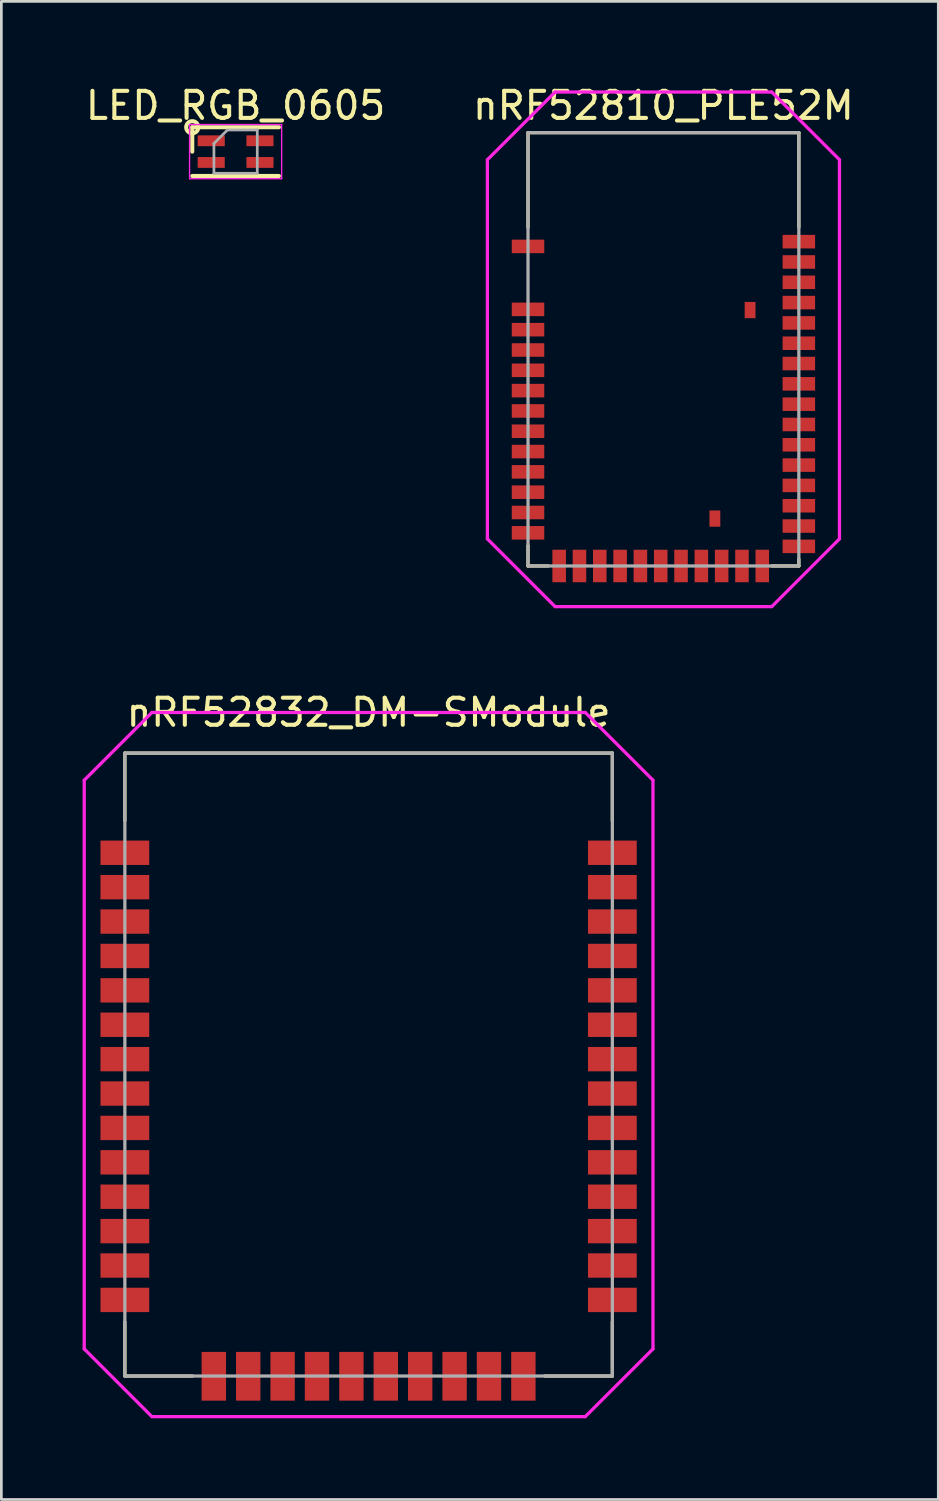
<source format=kicad_pcb>
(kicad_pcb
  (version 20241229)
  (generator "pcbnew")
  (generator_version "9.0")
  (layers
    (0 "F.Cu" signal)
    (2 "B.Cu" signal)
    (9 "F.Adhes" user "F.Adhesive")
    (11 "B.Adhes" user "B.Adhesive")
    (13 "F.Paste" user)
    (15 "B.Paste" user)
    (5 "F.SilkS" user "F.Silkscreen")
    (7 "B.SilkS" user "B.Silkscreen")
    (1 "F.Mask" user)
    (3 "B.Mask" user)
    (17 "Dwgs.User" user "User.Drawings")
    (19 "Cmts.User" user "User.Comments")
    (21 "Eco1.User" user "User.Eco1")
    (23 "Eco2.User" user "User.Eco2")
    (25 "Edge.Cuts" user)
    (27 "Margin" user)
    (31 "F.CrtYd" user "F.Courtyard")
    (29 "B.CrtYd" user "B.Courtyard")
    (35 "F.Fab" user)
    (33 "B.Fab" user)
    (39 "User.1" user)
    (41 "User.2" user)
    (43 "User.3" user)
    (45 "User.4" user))
  (footprint "nRF52832_DM-SModule"
    (layer "F.Cu")
    (at 10.56 36.257)
    (property "Reference" "nRF52832_DM-SModule" (at 0 -13 0) (layer "F.SilkS") (effects (font (size 1 1) (thickness 0.15))))
    (attr through_hole)
    (fp_line (start -9 -11.5) (end 9 -11.5) (stroke (width 0.12) (type solid)) (layer "F.SilkS"))
    (fp_line (start -9 -9) (end -9 -11.5) (stroke (width 0.12) (type solid)) (layer "F.SilkS"))
    (fp_line (start -9 9.5) (end -9 11.5) (stroke (width 0.12) (type solid)) (layer "F.SilkS"))
    (fp_line (start -9 11.5) (end -6.5 11.5) (stroke (width 0.12) (type solid)) (layer "F.SilkS"))
    (fp_line (start 9 -11.5) (end 9 -9) (stroke (width 0.12) (type solid)) (layer "F.SilkS"))
    (fp_line (start 9 9.5) (end 9 11.5) (stroke (width 0.12) (type solid)) (layer "F.SilkS"))
    (fp_line (start 9 11.5) (end 6.5 11.5) (stroke (width 0.12) (type solid)) (layer "F.SilkS"))
    (fp_line (start -10.5 -10.5) (end -8 -13) (stroke (width 0.12) (type solid)) (layer "F.CrtYd"))
    (fp_line (start -10.5 10.5) (end -10.5 -10.5) (stroke (width 0.12) (type solid)) (layer "F.CrtYd"))
    (fp_line (start -10.5 10.5) (end -8 13) (stroke (width 0.12) (type solid)) (layer "F.CrtYd"))
    (fp_line (start 8 -13) (end -8 -13) (stroke (width 0.12) (type solid)) (layer "F.CrtYd"))
    (fp_line (start 8 -13) (end 10.5 -10.5) (stroke (width 0.12) (type solid)) (layer "F.CrtYd"))
    (fp_line (start 8 13) (end -8 13) (stroke (width 0.12) (type solid)) (layer "F.CrtYd"))
    (fp_line (start 10.5 -10.5) (end 10.5 10.5) (stroke (width 0.12) (type solid)) (layer "F.CrtYd"))
    (fp_line (start 10.5 10.5) (end 8 13) (stroke (width 0.12) (type solid)) (layer "F.CrtYd"))
    (fp_line (start -9 -11.5) (end 9 -11.5) (stroke (width 0.12) (type solid)) (layer "F.Fab"))
    (fp_line (start -9 11.5) (end -9 -11.5) (stroke (width 0.12) (type solid)) (layer "F.Fab"))
    (fp_line (start 9 -11.5) (end 9 11.5) (stroke (width 0.12) (type solid)) (layer "F.Fab"))
    (fp_line (start 9 11.5) (end -9 11.5) (stroke (width 0.12) (type solid)) (layer "F.Fab"))
    (pad "1" smd trapezoid (at -9 -7.82) (size 1.8 0.9) (layers "F.Cu" "F.Mask" "F.Paste"))
    (pad "2" smd trapezoid (at -9 -6.55) (size 1.8 0.9) (layers "F.Cu" "F.Mask" "F.Paste"))
    (pad "3" smd trapezoid (at -9 -5.28) (size 1.8 0.9) (layers "F.Cu" "F.Mask" "F.Paste"))
    (pad "4" smd trapezoid (at -9 -4.01) (size 1.8 0.9) (layers "F.Cu" "F.Mask" "F.Paste"))
    (pad "5" smd trapezoid (at -9 -2.74) (size 1.8 0.9) (layers "F.Cu" "F.Mask" "F.Paste"))
    (pad "6" smd trapezoid (at -9 -1.47) (size 1.8 0.9) (layers "F.Cu" "F.Mask" "F.Paste"))
    (pad "7" smd trapezoid (at -9 -0.2) (size 1.8 0.9) (layers "F.Cu" "F.Mask" "F.Paste"))
    (pad "8" smd trapezoid (at -9 1.07) (size 1.8 0.9) (layers "F.Cu" "F.Mask" "F.Paste"))
    (pad "9" smd trapezoid (at -9 2.34) (size 1.8 0.9) (layers "F.Cu" "F.Mask" "F.Paste"))
    (pad "10" smd trapezoid (at -9 3.61) (size 1.8 0.9) (layers "F.Cu" "F.Mask" "F.Paste"))
    (pad "11" smd trapezoid (at -9 4.88) (size 1.8 0.9) (layers "F.Cu" "F.Mask" "F.Paste"))
    (pad "12" smd trapezoid (at -9 6.15) (size 1.8 0.9) (layers "F.Cu" "F.Mask" "F.Paste"))
    (pad "13" smd trapezoid (at -9 7.42) (size 1.8 0.9) (layers "F.Cu" "F.Mask" "F.Paste"))
    (pad "14" smd trapezoid (at -9 8.69) (size 1.8 0.9) (layers "F.Cu" "F.Mask" "F.Paste"))
    (pad "15" smd trapezoid (at -5.715 11.51 90) (size 1.8 0.9) (layers "F.Cu" "F.Mask" "F.Paste"))
    (pad "16" smd trapezoid (at -4.445 11.51 90) (size 1.8 0.9) (layers "F.Cu" "F.Mask" "F.Paste"))
    (pad "17" smd trapezoid (at -3.175 11.51 90) (size 1.8 0.9) (layers "F.Cu" "F.Mask" "F.Paste"))
    (pad "18" smd trapezoid (at -1.905 11.51 90) (size 1.8 0.9) (layers "F.Cu" "F.Mask" "F.Paste"))
    (pad "19" smd trapezoid (at -0.635 11.51 90) (size 1.8 0.9) (layers "F.Cu" "F.Mask" "F.Paste"))
    (pad "20" smd trapezoid (at 0.635 11.51 90) (size 1.8 0.9) (layers "F.Cu" "F.Mask" "F.Paste"))
    (pad "21" smd trapezoid (at 1.905 11.51 90) (size 1.8 0.9) (layers "F.Cu" "F.Mask" "F.Paste"))
    (pad "22" smd trapezoid (at 3.175 11.51 90) (size 1.8 0.9) (layers "F.Cu" "F.Mask" "F.Paste"))
    (pad "23" smd trapezoid (at 4.445 11.51 90) (size 1.8 0.9) (layers "F.Cu" "F.Mask" "F.Paste"))
    (pad "24" smd trapezoid (at 5.715 11.51 90) (size 1.8 0.9) (layers "F.Cu" "F.Mask" "F.Paste"))
    (pad "25" smd trapezoid (at 9 8.69 180) (size 1.8 0.9) (layers "F.Cu" "F.Mask" "F.Paste"))
    (pad "26" smd trapezoid (at 9 7.42 180) (size 1.8 0.9) (layers "F.Cu" "F.Mask" "F.Paste"))
    (pad "27" smd trapezoid (at 9 6.15 180) (size 1.8 0.9) (layers "F.Cu" "F.Mask" "F.Paste"))
    (pad "28" smd trapezoid (at 9 4.88 180) (size 1.8 0.9) (layers "F.Cu" "F.Mask" "F.Paste"))
    (pad "29" smd trapezoid (at 9 3.61 180) (size 1.8 0.9) (layers "F.Cu" "F.Mask" "F.Paste"))
    (pad "30" smd trapezoid (at 9 2.34 180) (size 1.8 0.9) (layers "F.Cu" "F.Mask" "F.Paste"))
    (pad "31" smd trapezoid (at 9 1.07 180) (size 1.8 0.9) (layers "F.Cu" "F.Mask" "F.Paste"))
    (pad "32" smd trapezoid (at 9 -0.2 180) (size 1.8 0.9) (layers "F.Cu" "F.Mask" "F.Paste"))
    (pad "33" smd trapezoid (at 9 -1.47 180) (size 1.8 0.9) (layers "F.Cu" "F.Mask" "F.Paste"))
    (pad "34" smd trapezoid (at 9 -2.74 180) (size 1.8 0.9) (layers "F.Cu" "F.Mask" "F.Paste"))
    (pad "35" smd trapezoid (at 9 -4.01 180) (size 1.8 0.9) (layers "F.Cu" "F.Mask" "F.Paste"))
    (pad "36" smd trapezoid (at 9 -5.28 180) (size 1.8 0.9) (layers "F.Cu" "F.Mask" "F.Paste"))
    (pad "37" smd trapezoid (at 9 -6.55 180) (size 1.8 0.9) (layers "F.Cu" "F.Mask" "F.Paste"))
    (pad "38" smd trapezoid (at 9 -7.82 180) (size 1.8 0.9) (layers "F.Cu" "F.Mask" "F.Paste")))
  (footprint "LED_RGB_0605"
    (layer "F.Cu")
    (at 5.649 2.548)
    (property "Reference" "LED_RGB_0605" (at 0 -1.7 0) (layer "F.SilkS") (effects (font (size 1 1) (thickness 0.15))))
    (attr smd)
    (fp_line (start -1.6 0) (end -1.6 -0.9) (stroke (width 0.15) (type solid)) (layer "F.SilkS"))
    (fp_line (start 1.6 -0.9) (end -1.6 -0.9) (stroke (width 0.15) (type solid)) (layer "F.SilkS"))
    (fp_line (start 1.6 0.9) (end -1.6 0.9) (stroke (width 0.15) (type solid)) (layer "F.SilkS"))
    (fp_circle (center -1.6 -0.9) (end -1.376 -0.9) (stroke (width 0.15) (type solid)) (fill no) (layer "F.SilkS"))
    (fp_line (start -1.7 -1) (end -1.7 1) (stroke (width 0.05) (type solid)) (layer "F.CrtYd"))
    (fp_line (start -1.7 1) (end 1.7 1) (stroke (width 0.05) (type solid)) (layer "F.CrtYd"))
    (fp_line (start 1.7 -1) (end -1.7 -1) (stroke (width 0.05) (type solid)) (layer "F.CrtYd"))
    (fp_line (start 1.7 1) (end 1.7 -1) (stroke (width 0.05) (type solid)) (layer "F.CrtYd"))
    (fp_line (start -0.8 -0.3) (end -0.3 -0.8) (stroke (width 0.1) (type solid)) (layer "F.Fab"))
    (fp_line (start -0.8 0.8) (end -0.8 -0.3) (stroke (width 0.1) (type solid)) (layer "F.Fab"))
    (fp_line (start 0.8 -0.8) (end -0.3 -0.8) (stroke (width 0.1) (type solid)) (layer "F.Fab"))
    (fp_line (start 0.8 -0.8) (end 0.8 0.8) (stroke (width 0.1) (type solid)) (layer "F.Fab"))
    (fp_line (start 0.8 0.8) (end -0.8 0.8) (stroke (width 0.1) (type solid)) (layer "F.Fab"))
    (pad "1" smd rect (at -0.9 -0.4 180) (size 1 0.4) (layers "F.Cu" "F.Mask" "F.Paste"))
    (pad "2" smd rect (at 0.9 -0.4 180) (size 1 0.4) (layers "F.Cu" "F.Mask" "F.Paste"))
    (pad "3" smd rect (at 0.9 0.4 180) (size 1 0.4) (layers "F.Cu" "F.Mask" "F.Paste"))
    (pad "4" smd rect (at -0.9 0.4 180) (size 1 0.4) (layers "F.Cu" "F.Mask" "F.Paste")))
  (footprint "nRF52810_PLE52M"
    (layer "F.Cu")
    (at 21.446 9.848)
    (property "Reference" "nRF52810_PLE52M" (at 0 -9 0) (layer "F.SilkS") (effects (font (size 1 1) (thickness 0.15))))
    (attr through_hole)
    (fp_line (start -5 -8) (end 5 -8) (stroke (width 0.12) (type solid)) (layer "F.SilkS"))
    (fp_line (start -5 -4.5) (end -5 -8) (stroke (width 0.12) (type solid)) (layer "F.SilkS"))
    (fp_line (start -5 7.25) (end -5 8) (stroke (width 0.12) (type solid)) (layer "F.SilkS"))
    (fp_line (start -5 8) (end -4.25 8) (stroke (width 0.12) (type solid)) (layer "F.SilkS"))
    (fp_line (start 5 -8) (end 5 -4.5) (stroke (width 0.12) (type solid)) (layer "F.SilkS"))
    (fp_line (start 5 7.75) (end 5 8) (stroke (width 0.12) (type solid)) (layer "F.SilkS"))
    (fp_line (start 5 8) (end 4 8) (stroke (width 0.12) (type solid)) (layer "F.SilkS"))
    (fp_line (start -6.5 -7) (end -4 -9.5) (stroke (width 0.12) (type solid)) (layer "F.CrtYd"))
    (fp_line (start -6.5 7) (end -6.5 -7) (stroke (width 0.12) (type solid)) (layer "F.CrtYd"))
    (fp_line (start -6.5 7) (end -4 9.5) (stroke (width 0.12) (type solid)) (layer "F.CrtYd"))
    (fp_line (start 4 -9.5) (end -4 -9.5) (stroke (width 0.12) (type solid)) (layer "F.CrtYd"))
    (fp_line (start 4 -9.5) (end 6.5 -7) (stroke (width 0.12) (type solid)) (layer "F.CrtYd"))
    (fp_line (start 4 9.5) (end -4 9.5) (stroke (width 0.12) (type solid)) (layer "F.CrtYd"))
    (fp_line (start 6.5 -7) (end 6.5 7) (stroke (width 0.12) (type solid)) (layer "F.CrtYd"))
    (fp_line (start 6.5 7) (end 4 9.5) (stroke (width 0.12) (type solid)) (layer "F.CrtYd"))
    (fp_line (start -5 -8) (end 5 -8) (stroke (width 0.12) (type solid)) (layer "F.Fab"))
    (fp_line (start -5 8) (end -5 -8) (stroke (width 0.12) (type solid)) (layer "F.Fab"))
    (fp_line (start 5 -8) (end 5 8) (stroke (width 0.12) (type solid)) (layer "F.Fab"))
    (fp_line (start 5 8) (end -5 8) (stroke (width 0.12) (type solid)) (layer "F.Fab"))
    (pad "1" smd trapezoid (at -5 -3.8) (size 1.2 0.5) (layers "F.Cu" "F.Mask" "F.Paste"))
    (pad "2" smd trapezoid (at -5 -1.475) (size 1.2 0.5) (layers "F.Cu" "F.Mask" "F.Paste"))
    (pad "3" smd trapezoid (at -5 -0.725) (size 1.2 0.5) (layers "F.Cu" "F.Mask" "F.Paste"))
    (pad "4" smd trapezoid (at -5 0.025) (size 1.2 0.5) (layers "F.Cu" "F.Mask" "F.Paste"))
    (pad "5" smd trapezoid (at -5 0.775) (size 1.2 0.5) (layers "F.Cu" "F.Mask" "F.Paste"))
    (pad "6" smd trapezoid (at -5 1.525) (size 1.2 0.5) (layers "F.Cu" "F.Mask" "F.Paste"))
    (pad "7" smd trapezoid (at -5 2.275) (size 1.2 0.5) (layers "F.Cu" "F.Mask" "F.Paste"))
    (pad "8" smd trapezoid (at -5 3.025) (size 1.2 0.5) (layers "F.Cu" "F.Mask" "F.Paste"))
    (pad "9" smd trapezoid (at -5 3.775) (size 1.2 0.5) (layers "F.Cu" "F.Mask" "F.Paste"))
    (pad "10" smd trapezoid (at -5 4.525) (size 1.2 0.5) (layers "F.Cu" "F.Mask" "F.Paste"))
    (pad "11" smd trapezoid (at -5 5.275) (size 1.2 0.5) (layers "F.Cu" "F.Mask" "F.Paste"))
    (pad "12" smd trapezoid (at -5 6.025) (size 1.2 0.5) (layers "F.Cu" "F.Mask" "F.Paste"))
    (pad "13" smd trapezoid (at -5 6.775) (size 1.2 0.5) (layers "F.Cu" "F.Mask" "F.Paste"))
    (pad "14" smd trapezoid (at -3.85 8 90) (size 1.2 0.5) (layers "F.Cu" "F.Mask" "F.Paste"))
    (pad "15" smd trapezoid (at -3.1 8 90) (size 1.2 0.5) (layers "F.Cu" "F.Mask" "F.Paste"))
    (pad "16" smd trapezoid (at -2.35 8 90) (size 1.2 0.5) (layers "F.Cu" "F.Mask" "F.Paste"))
    (pad "17" smd trapezoid (at -1.6 8 90) (size 1.2 0.5) (layers "F.Cu" "F.Mask" "F.Paste"))
    (pad "18" smd trapezoid (at -0.85 8 90) (size 1.2 0.5) (layers "F.Cu" "F.Mask" "F.Paste"))
    (pad "19" smd trapezoid (at -0.1 8 90) (size 1.2 0.5) (layers "F.Cu" "F.Mask" "F.Paste"))
    (pad "20" smd trapezoid (at 0.65 8 90) (size 1.2 0.5) (layers "F.Cu" "F.Mask" "F.Paste"))
    (pad "21" smd trapezoid (at 1.4 8 90) (size 1.2 0.5) (layers "F.Cu" "F.Mask" "F.Paste"))
    (pad "22" smd trapezoid (at 2.15 8 90) (size 1.2 0.5) (layers "F.Cu" "F.Mask" "F.Paste"))
    (pad "23" smd trapezoid (at 2.9 8 90) (size 1.2 0.5) (layers "F.Cu" "F.Mask" "F.Paste"))
    (pad "24" smd trapezoid (at 3.65 8 90) (size 1.2 0.5) (layers "F.Cu" "F.Mask" "F.Paste"))
    (pad "25" smd trapezoid (at 5 7.275) (size 1.2 0.5) (layers "F.Cu" "F.Mask" "F.Paste"))
    (pad "26" smd trapezoid (at 5 6.525) (size 1.2 0.5) (layers "F.Cu" "F.Mask" "F.Paste"))
    (pad "27" smd trapezoid (at 5 5.775) (size 1.2 0.5) (layers "F.Cu" "F.Mask" "F.Paste"))
    (pad "28" smd trapezoid (at 5 5.025) (size 1.2 0.5) (layers "F.Cu" "F.Mask" "F.Paste"))
    (pad "29" smd trapezoid (at 5 4.275) (size 1.2 0.5) (layers "F.Cu" "F.Mask" "F.Paste"))
    (pad "30" smd trapezoid (at 5 3.525) (size 1.2 0.5) (layers "F.Cu" "F.Mask" "F.Paste"))
    (pad "31" smd trapezoid (at 5 2.775) (size 1.2 0.5) (layers "F.Cu" "F.Mask" "F.Paste"))
    (pad "32" smd trapezoid (at 5 2.025) (size 1.2 0.5) (layers "F.Cu" "F.Mask" "F.Paste"))
    (pad "33" smd trapezoid (at 5 1.275) (size 1.2 0.5) (layers "F.Cu" "F.Mask" "F.Paste"))
    (pad "34" smd trapezoid (at 5 0.525) (size 1.2 0.5) (layers "F.Cu" "F.Mask" "F.Paste"))
    (pad "35" smd trapezoid (at 5 -0.225) (size 1.2 0.5) (layers "F.Cu" "F.Mask" "F.Paste"))
    (pad "36" smd trapezoid (at 5 -0.975) (size 1.2 0.5) (layers "F.Cu" "F.Mask" "F.Paste"))
    (pad "37" smd trapezoid (at 5 -1.725) (size 1.2 0.5) (layers "F.Cu" "F.Mask" "F.Paste"))
    (pad "38" smd trapezoid (at 5 -2.475) (size 1.2 0.5) (layers "F.Cu" "F.Mask" "F.Paste"))
    (pad "39" smd trapezoid (at 5 -3.225) (size 1.2 0.5) (layers "F.Cu" "F.Mask" "F.Paste"))
    (pad "40" smd trapezoid (at 5 -3.975) (size 1.2 0.5) (layers "F.Cu" "F.Mask" "F.Paste"))
    (pad "41" smd trapezoid (at 3.2 -1.45 90) (size 0.6 0.4) (layers "F.Cu" "F.Mask" "F.Paste"))
    (pad "42" smd trapezoid (at 1.9 6.25 90) (size 0.6 0.4) (layers "F.Cu" "F.Mask" "F.Paste")))
  (gr_rect
    (start -3 -3)
    (end 31.595 52.316)
    (stroke (width 0.1) (type default))
    (fill no)
    (layer "Edge.Cuts")))
</source>
